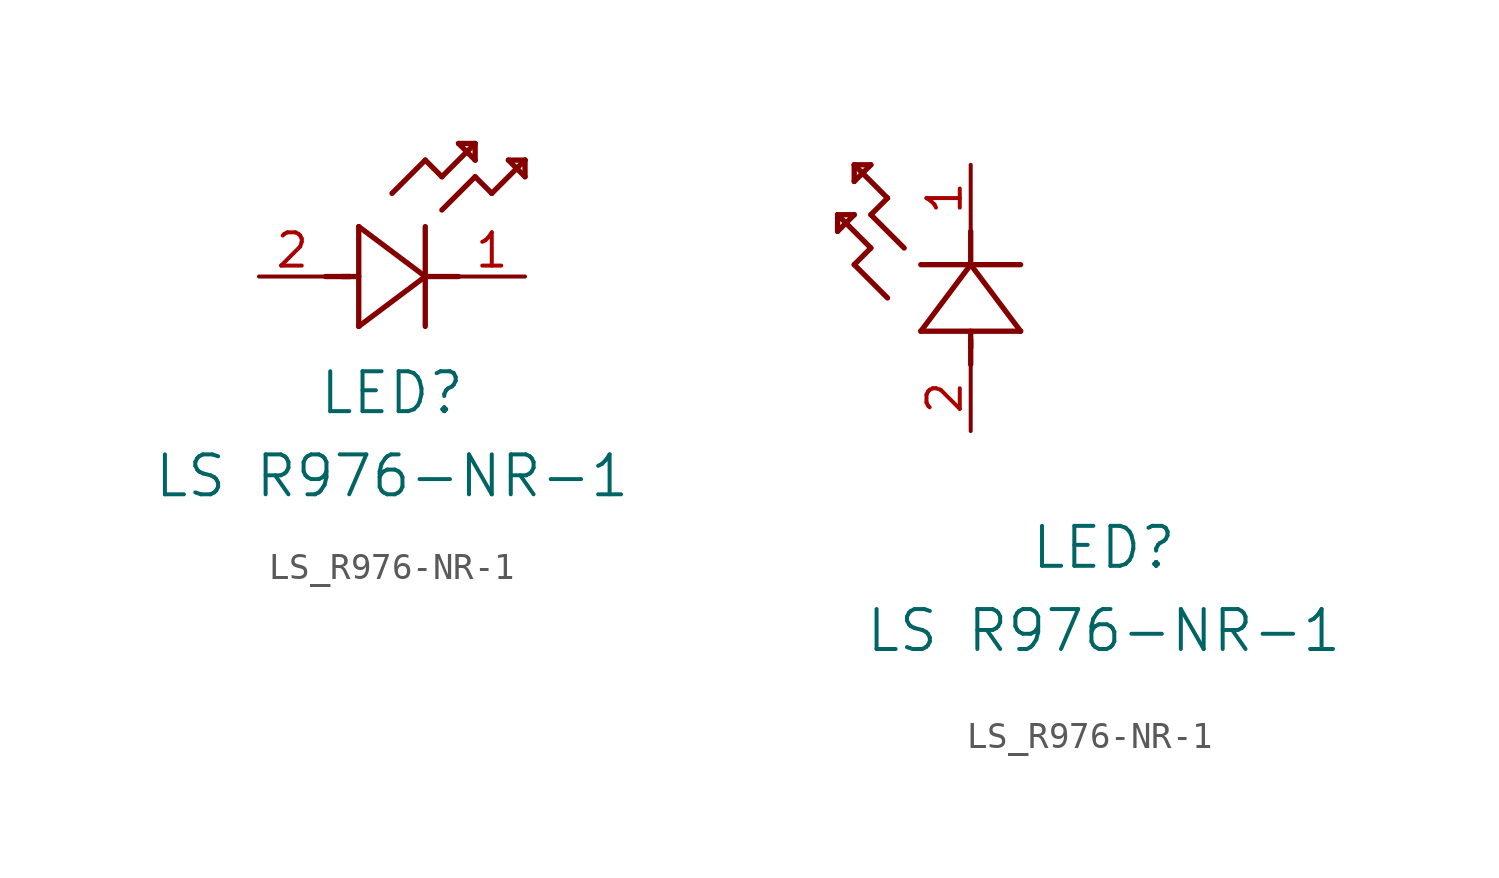
<source format=kicad_sym>
(kicad_symbol_lib
  (version 20211014)
  (generator kicad_symbol_editor)
  (symbol "LS_R976-NR-1"
    (pin_names
      (offset 0.254))
    (property "Reference" "LED"
      (at 5.08 -4.445 0)
      (effects (font (size 1.524 1.524))))
    (property "Value" "LS R976-NR-1"
      (at 5.08 -7.62 0)
      (effects (font (size 1.524 1.524))))
    (symbol "LS_R976-NR-1_1_1"
      (polyline (pts (xy 2.54 0) (xy 3.48 0)) (stroke (width 0.203) (type default) (color 0 0 0 0)) (fill (type none)))
      (polyline (pts (xy 3.81 1.905) (xy 3.81 -1.905)) (stroke (width 0.203) (type default) (color 0 0 0 0)) (fill (type none)))
      (polyline (pts (xy 3.175 0) (xy 3.81 0)) (stroke (width 0.203) (type default) (color 0 0 0 0)) (fill (type none)))
      (polyline (pts (xy 6.35 -1.905) (xy 6.35 1.905)) (stroke (width 0.203) (type default) (color 0 0 0 0)) (fill (type none)))
      (polyline (pts (xy 6.35 0) (xy 7.62 0)) (stroke (width 0.203) (type default) (color 0 0 0 0)) (fill (type none)))
      (polyline (pts (xy 6.35 4.445) (xy 6.985 3.81)) (stroke (width 0.203) (type default) (color 0 0 0 0)) (fill (type none)))
      (polyline (pts (xy 6.985 3.81) (xy 8.255 5.08)) (stroke (width 0.203) (type default) (color 0 0 0 0)) (fill (type none)))
      (polyline (pts (xy 8.255 3.81) (xy 8.89 3.175)) (stroke (width 0.203) (type default) (color 0 0 0 0)) (fill (type none)))
      (polyline (pts (xy 8.89 3.175) (xy 10.16 4.445)) (stroke (width 0.203) (type default) (color 0 0 0 0)) (fill (type none)))
      (polyline (pts (xy 8.255 5.08) (xy 7.62 5.08)) (stroke (width 0.203) (type default) (color 0 0 0 0)) (fill (type none)))
      (polyline (pts (xy 7.62 5.08) (xy 8.255 4.445)) (stroke (width 0.203) (type default) (color 0 0 0 0)) (fill (type none)))
      (polyline (pts (xy 8.255 4.445) (xy 8.255 5.08)) (stroke (width 0.203) (type default) (color 0 0 0 0)) (fill (type none)))
      (polyline (pts (xy 10.16 4.445) (xy 9.525 4.445)) (stroke (width 0.203) (type default) (color 0 0 0 0)) (fill (type none)))
      (polyline (pts (xy 9.525 4.445) (xy 10.16 3.81)) (stroke (width 0.203) (type default) (color 0 0 0 0)) (fill (type none)))
      (polyline (pts (xy 10.16 3.81) (xy 10.16 4.445)) (stroke (width 0.203) (type default) (color 0 0 0 0)) (fill (type none)))
      (polyline (pts (xy 6.985 2.54) (xy 8.255 3.81)) (stroke (width 0.203) (type default) (color 0 0 0 0)) (fill (type none)))
      (polyline (pts (xy 6.35 0) (xy 3.81 1.905)) (stroke (width 0.203) (type default) (color 0 0 0 0)) (fill (type none)))
      (polyline (pts (xy 3.81 -1.905) (xy 6.35 0)) (stroke (width 0.203) (type default) (color 0 0 0 0)) (fill (type none)))
      (polyline (pts (xy 5.08 3.175) (xy 6.35 4.445)) (stroke (width 0.203) (type default) (color 0 0 0 0)) (fill (type none)))
      (pin unspecified line (at 10.16 0 180) (length 2.54) (name "" (effects (font (size 1.27 1.27)))) (number "1" (effects (font (size 1.27 1.27)))))
      (pin unspecified line (at 0 0 0) (length 2.54) (name "" (effects (font (size 1.27 1.27)))) (number "2" (effects (font (size 1.27 1.27))))))
    (symbol "LS_R976-NR-1_1_2"
      (polyline (pts (xy 0 2.54) (xy 0 3.48)) (stroke (width 0.203) (type default) (color 0 0 0 0)) (fill (type none)))
      (polyline (pts (xy -1.905 3.81) (xy 1.905 3.81)) (stroke (width 0.203) (type default) (color 0 0 0 0)) (fill (type none)))
      (polyline (pts (xy 0 3.175) (xy 0 3.81)) (stroke (width 0.203) (type default) (color 0 0 0 0)) (fill (type none)))
      (polyline (pts (xy 1.905 6.35) (xy -1.905 6.35)) (stroke (width 0.203) (type default) (color 0 0 0 0)) (fill (type none)))
      (polyline (pts (xy 0 6.35) (xy 0 7.62)) (stroke (width 0.203) (type default) (color 0 0 0 0)) (fill (type none)))
      (polyline (pts (xy 0 6.35) (xy -1.905 3.81)) (stroke (width 0.203) (type default) (color 0 0 0 0)) (fill (type none)))
      (polyline (pts (xy 1.905 3.81) (xy 0 6.35)) (stroke (width 0.203) (type default) (color 0 0 0 0)) (fill (type none)))
      (polyline (pts (xy -4.445 6.35) (xy -3.81 6.985)) (stroke (width 0.203) (type default) (color 0 0 0 0)) (fill (type none)))
      (polyline (pts (xy -2.54 6.985) (xy -3.81 8.255)) (stroke (width 0.203) (type default) (color 0 0 0 0)) (fill (type none)))
      (polyline (pts (xy -3.175 5.08) (xy -4.445 6.35)) (stroke (width 0.203) (type default) (color 0 0 0 0)) (fill (type none)))
      (polyline (pts (xy -4.445 10.16) (xy -4.445 9.525)) (stroke (width 0.203) (type default) (color 0 0 0 0)) (fill (type none)))
      (polyline (pts (xy -4.445 9.525) (xy -3.81 10.16)) (stroke (width 0.203) (type default) (color 0 0 0 0)) (fill (type none)))
      (polyline (pts (xy -3.81 10.16) (xy -4.445 10.16)) (stroke (width 0.203) (type default) (color 0 0 0 0)) (fill (type none)))
      (polyline (pts (xy -3.81 8.255) (xy -3.175 8.89)) (stroke (width 0.203) (type default) (color 0 0 0 0)) (fill (type none)))
      (polyline (pts (xy -3.175 8.89) (xy -4.445 10.16)) (stroke (width 0.203) (type default) (color 0 0 0 0)) (fill (type none)))
      (polyline (pts (xy -3.81 6.985) (xy -5.08 8.255)) (stroke (width 0.203) (type default) (color 0 0 0 0)) (fill (type none)))
      (polyline (pts (xy -5.08 8.255) (xy -5.08 7.62)) (stroke (width 0.203) (type default) (color 0 0 0 0)) (fill (type none)))
      (polyline (pts (xy -5.08 7.62) (xy -4.445 8.255)) (stroke (width 0.203) (type default) (color 0 0 0 0)) (fill (type none)))
      (polyline (pts (xy -4.445 8.255) (xy -5.08 8.255)) (stroke (width 0.203) (type default) (color 0 0 0 0)) (fill (type none)))
      (pin unspecified line (at 0 10.16 270) (length 2.54) (name "" (effects (font (size 1.27 1.27)))) (number "1" (effects (font (size 1.27 1.27)))))
      (pin unspecified line (at 0 0 90) (length 2.54) (name "" (effects (font (size 1.27 1.27)))) (number "2" (effects (font (size 1.27 1.27))))))))
</source>
